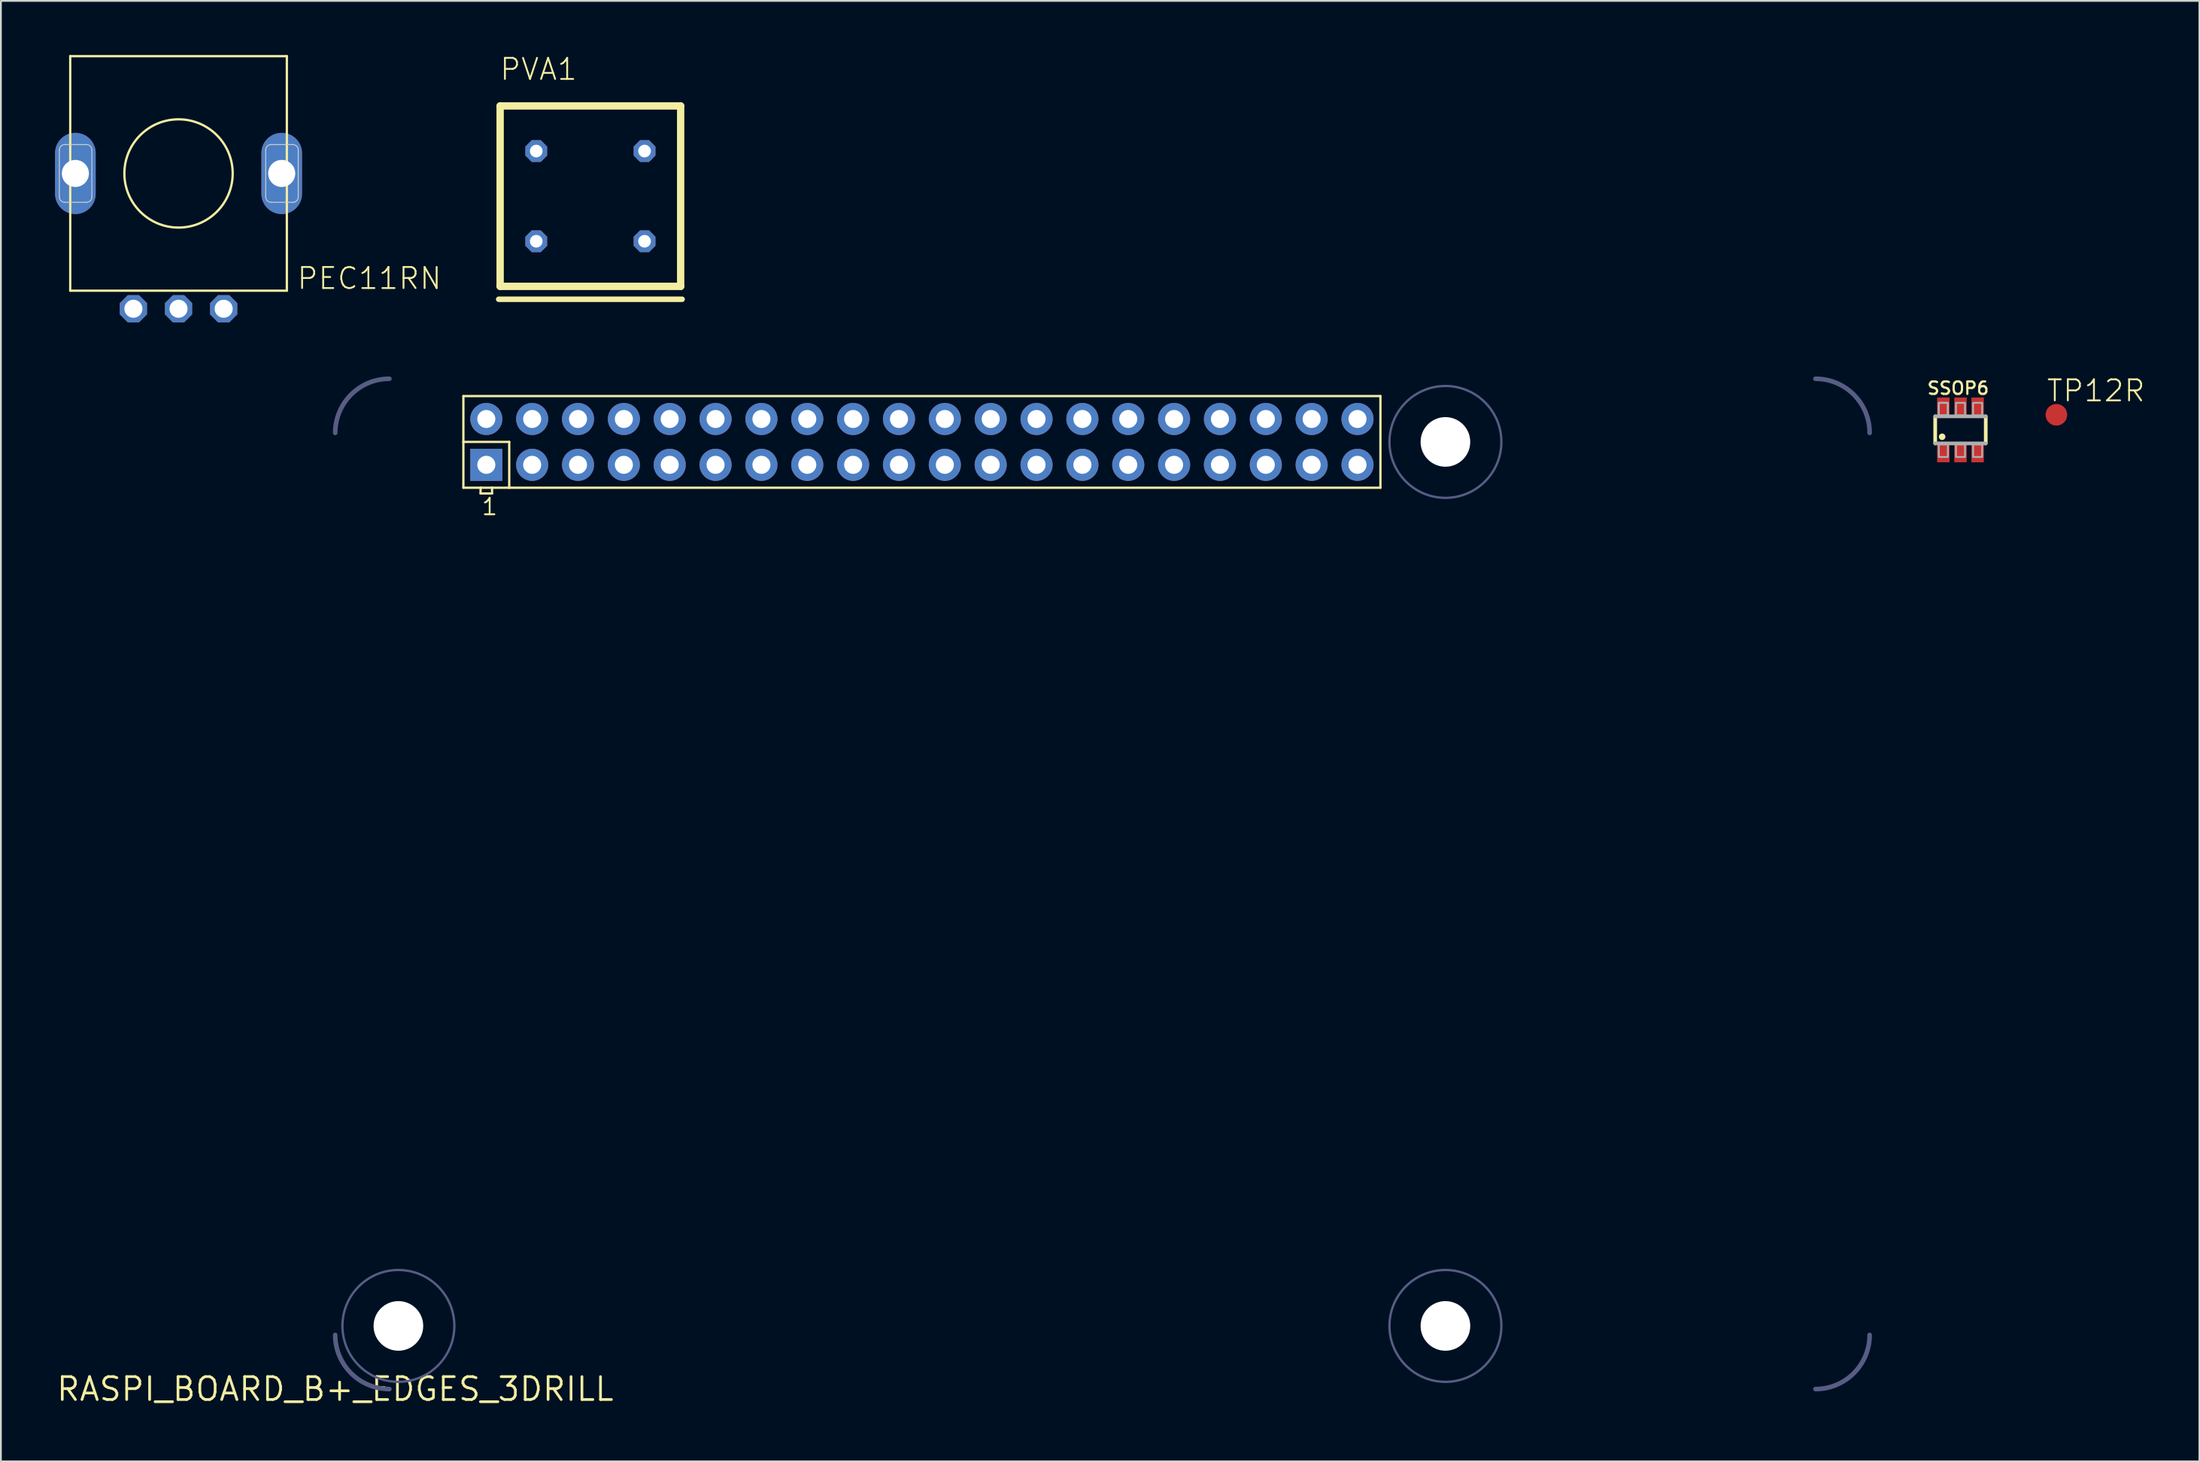
<source format=kicad_pcb>
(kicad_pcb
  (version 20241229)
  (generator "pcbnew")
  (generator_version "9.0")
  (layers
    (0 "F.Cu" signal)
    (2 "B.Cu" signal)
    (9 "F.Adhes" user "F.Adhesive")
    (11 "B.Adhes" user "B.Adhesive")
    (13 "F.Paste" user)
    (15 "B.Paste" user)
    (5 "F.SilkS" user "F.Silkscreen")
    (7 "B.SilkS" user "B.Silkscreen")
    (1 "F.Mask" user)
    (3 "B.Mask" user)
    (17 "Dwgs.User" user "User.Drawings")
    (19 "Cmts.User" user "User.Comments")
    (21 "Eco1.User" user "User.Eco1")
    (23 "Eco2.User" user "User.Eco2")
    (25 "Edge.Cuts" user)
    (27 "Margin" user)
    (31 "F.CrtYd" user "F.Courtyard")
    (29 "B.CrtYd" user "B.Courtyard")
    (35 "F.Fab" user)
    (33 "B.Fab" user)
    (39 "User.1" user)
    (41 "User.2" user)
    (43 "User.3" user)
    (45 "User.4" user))
  (footprint "PEC11RN"
    (layer "F.Cu")
    (at 6.84 6.564)
    (property "Reference" "PEC11RN" (at 6.5 6.5 0) (layer "F.SilkS") (effects (font (size 1.168 1.168) (thickness 0.102)) (justify left bottom)))
    (fp_line (start -6 -6.5) (end -6 6.5) (stroke (width 0.127) (type solid)) (layer "F.SilkS"))
    (fp_line (start -6 6.5) (end 6 6.5) (stroke (width 0.127) (type solid)) (layer "F.SilkS"))
    (fp_line (start 6 -6.5) (end -6 -6.5) (stroke (width 0.127) (type solid)) (layer "F.SilkS"))
    (fp_line (start 6 6.5) (end 6 -6.5) (stroke (width 0.127) (type solid)) (layer "F.SilkS"))
    (fp_circle (center 0 0) (end 3 0) (stroke (width 0.127) (type solid)) (fill no) (layer "F.SilkS"))
    (fp_line (start -6.6 1.3) (end -6.6 -1.3) (stroke (width 0.05) (type solid)) (layer "Edge.Cuts"))
    (fp_line (start -6.3 -1.6) (end -5.1 -1.6) (stroke (width 0.05) (type solid)) (layer "Edge.Cuts"))
    (fp_line (start -5.1 1.6) (end -6.3 1.6) (stroke (width 0.05) (type solid)) (layer "Edge.Cuts"))
    (fp_line (start -4.8 -1.3) (end -4.8 1.3) (stroke (width 0.05) (type solid)) (layer "Edge.Cuts"))
    (fp_line (start 4.83 1.3) (end 4.83 -1.3) (stroke (width 0.05) (type solid)) (layer "Edge.Cuts"))
    (fp_line (start 5.13 -1.6) (end 6.33 -1.6) (stroke (width 0.05) (type solid)) (layer "Edge.Cuts"))
    (fp_line (start 6.33 1.6) (end 5.13 1.6) (stroke (width 0.05) (type solid)) (layer "Edge.Cuts"))
    (fp_line (start 6.63 -1.3) (end 6.63 1.3) (stroke (width 0.05) (type solid)) (layer "Edge.Cuts"))
    (fp_arc (start -6.6 -1.3) (mid -6.512132 -1.512132) (end -6.3 -1.6) (stroke (width 0.05) (type solid)) (layer "Edge.Cuts"))
    (fp_arc (start -6.3 1.6) (mid -6.512132 1.512132) (end -6.6 1.3) (stroke (width 0.05) (type solid)) (layer "Edge.Cuts"))
    (fp_arc (start -5.1 -1.6) (mid -4.887868 -1.512132) (end -4.8 -1.3) (stroke (width 0.05) (type solid)) (layer "Edge.Cuts"))
    (fp_arc (start -4.8 1.3) (mid -4.887868 1.512132) (end -5.1 1.6) (stroke (width 0.05) (type solid)) (layer "Edge.Cuts"))
    (fp_arc (start 4.83 -1.3) (mid 4.917868 -1.512132) (end 5.13 -1.6) (stroke (width 0.05) (type solid)) (layer "Edge.Cuts"))
    (fp_arc (start 5.13 1.6) (mid 4.917868 1.512132) (end 4.83 1.3) (stroke (width 0.05) (type solid)) (layer "Edge.Cuts"))
    (fp_arc (start 6.33 -1.6) (mid 6.542132 -1.512132) (end 6.63 -1.3) (stroke (width 0.05) (type solid)) (layer "Edge.Cuts"))
    (fp_arc (start 6.63 1.3) (mid 6.542132 1.512132) (end 6.33 1.6) (stroke (width 0.05) (type solid)) (layer "Edge.Cuts"))
    (pad "A" thru_hole roundrect (at -2.5 7.5) (size 1.508 1.508) (drill 1) (layers "*.Cu" "*.Mask") (roundrect_rratio 0.25) (chamfer_ratio 0.293) (chamfer top_left top_right bottom_left bottom_right))
    (pad "B" thru_hole roundrect (at 2.5 7.5) (size 1.508 1.508) (drill 1) (layers "*.Cu" "*.Mask") (roundrect_rratio 0.25) (chamfer_ratio 0.293) (chamfer top_left top_right bottom_left bottom_right))
    (pad "GND" thru_hole roundrect (at 0 7.5) (size 1.508 1.508) (drill 1) (layers "*.Cu" "*.Mask") (roundrect_rratio 0.25) (chamfer_ratio 0.293) (chamfer top_left top_right bottom_left bottom_right))
    (pad "P$1" thru_hole oval (at -5.715 0 90) (size 4.5 2.25) (drill 1.5) (layers "*.Cu" "*.Mask"))
    (pad "P$2" thru_hole oval (at 5.715 0 90) (size 4.5 2.25) (drill 1.5) (layers "*.Cu" "*.Mask")))
  (footprint "TP12R"
    (layer "F.Cu")
    (at 110.863 19.941)
    (property "Reference" "TP12R" (at -0.6 -0.65 0) (layer "F.SilkS") (effects (font (size 1.168 1.168) (thickness 0.102)) (justify left bottom)))
    (pad "TP" smd roundrect (at 0 0) (size 1.2 1.2) (layers "F.Cu" "F.Mask") (roundrect_rratio 0.5)))
  (footprint "RASPI_BOARD_B+_EDGES_3DRILL"
    (layer "F.Cu")
    (at 15.519 73.945)
    (property "Reference" "RASPI_BOARD_B+_EDGES_3DRILL" (at 0 0 0) (layer "F.SilkS") (effects (font (size 1.27 1.27) (thickness 0.15))))
    (fp_line (start 7.1 -55.04) (end 7.1 -52.5) (stroke (width 0.127) (type solid)) (layer "F.SilkS"))
    (fp_line (start 7.1 -52.5) (end 7.1 -49.96) (stroke (width 0.127) (type solid)) (layer "F.SilkS"))
    (fp_line (start 7.1 -52.5) (end 9.64 -52.5) (stroke (width 0.127) (type solid)) (layer "F.SilkS"))
    (fp_line (start 7.1 -49.96) (end 8.053 -49.96) (stroke (width 0.127) (type solid)) (layer "F.SilkS"))
    (fp_line (start 8.053 -49.96) (end 8.053 -49.642) (stroke (width 0.127) (type solid)) (layer "F.SilkS"))
    (fp_line (start 8.053 -49.96) (end 8.688 -49.96) (stroke (width 0.127) (type solid)) (layer "F.SilkS"))
    (fp_line (start 8.053 -49.642) (end 8.688 -49.642) (stroke (width 0.127) (type solid)) (layer "F.SilkS"))
    (fp_line (start 8.688 -49.96) (end 9.64 -49.96) (stroke (width 0.127) (type solid)) (layer "F.SilkS"))
    (fp_line (start 8.688 -49.642) (end 8.688 -49.96) (stroke (width 0.127) (type solid)) (layer "F.SilkS"))
    (fp_line (start 9.64 -52.5) (end 9.64 -49.96) (stroke (width 0.127) (type solid)) (layer "F.SilkS"))
    (fp_line (start 9.64 -49.96) (end 57.9 -49.96) (stroke (width 0.127) (type solid)) (layer "F.SilkS"))
    (fp_line (start 57.9 -55.04) (end 7.1 -55.04) (stroke (width 0.127) (type solid)) (layer "F.SilkS"))
    (fp_line (start 57.9 -49.96) (end 57.9 -55.04) (stroke (width 0.127) (type solid)) (layer "F.SilkS"))
    (fp_arc (start 0 -53) (mid 0.87868 -55.12132) (end 3 -56) (stroke (width 0.254) (type solid)) (layer "B.Fab"))
    (fp_arc (start 3 0) (mid 0.87868 -0.87868) (end 0 -3) (stroke (width 0.254) (type solid)) (layer "B.Fab"))
    (fp_arc (start 82 -56) (mid 84.12132 -55.12132) (end 85 -53) (stroke (width 0.254) (type solid)) (layer "B.Fab"))
    (fp_arc (start 85 -3) (mid 84.12132 -0.87868) (end 82 0) (stroke (width 0.254) (type solid)) (layer "B.Fab"))
    (fp_circle (center 3.5 -3.5) (end 6.6 -3.5) (stroke (width 0.127) (type solid)) (fill no) (layer "B.Fab"))
    (fp_circle (center 61.5 -52.5) (end 64.6 -52.5) (stroke (width 0.127) (type solid)) (fill no) (layer "B.Fab"))
    (fp_circle (center 61.5 -3.5) (end 64.6 -3.5) (stroke (width 0.127) (type solid)) (fill no) (layer "B.Fab"))
    (fp_text user "1" (at 8.053 -48.373 0) (layer "F.SilkS") (effects (font (size 0.914 0.914) (thickness 0.102)) (justify left bottom)))
    (pad "" np_thru_hole circle (at 3.5 -3.5) (size 2.75 2.75) (drill 2.75) (layers "*.Cu" "*.Mask"))
    (pad "" np_thru_hole circle (at 61.5 -52.5) (size 2.75 2.75) (drill 2.75) (layers "*.Cu" "*.Mask"))
    (pad "" np_thru_hole circle (at 61.5 -3.5) (size 2.75 2.75) (drill 2.75) (layers "*.Cu" "*.Mask"))
    (pad "1" thru_hole rect (at 8.37 -51.23) (size 1.778 1.778) (drill 1) (layers "*.Cu" "*.Mask"))
    (pad "2" thru_hole circle (at 8.37 -53.77) (size 1.778 1.778) (drill 1) (layers "*.Cu" "*.Mask"))
    (pad "3" thru_hole circle (at 10.91 -51.23) (size 1.778 1.778) (drill 1) (layers "*.Cu" "*.Mask"))
    (pad "4" thru_hole circle (at 10.91 -53.77) (size 1.778 1.778) (drill 1) (layers "*.Cu" "*.Mask"))
    (pad "5" thru_hole circle (at 13.45 -51.23) (size 1.778 1.778) (drill 1) (layers "*.Cu" "*.Mask"))
    (pad "6" thru_hole circle (at 13.45 -53.77) (size 1.778 1.778) (drill 1) (layers "*.Cu" "*.Mask"))
    (pad "7" thru_hole circle (at 15.99 -51.23) (size 1.778 1.778) (drill 1) (layers "*.Cu" "*.Mask"))
    (pad "8" thru_hole circle (at 15.99 -53.77) (size 1.778 1.778) (drill 1) (layers "*.Cu" "*.Mask"))
    (pad "9" thru_hole circle (at 18.53 -51.23) (size 1.778 1.778) (drill 1) (layers "*.Cu" "*.Mask"))
    (pad "10" thru_hole circle (at 18.53 -53.77) (size 1.778 1.778) (drill 1) (layers "*.Cu" "*.Mask"))
    (pad "11" thru_hole circle (at 21.07 -51.23) (size 1.778 1.778) (drill 1) (layers "*.Cu" "*.Mask"))
    (pad "12" thru_hole circle (at 21.07 -53.77) (size 1.778 1.778) (drill 1) (layers "*.Cu" "*.Mask"))
    (pad "13" thru_hole circle (at 23.61 -51.23) (size 1.778 1.778) (drill 1) (layers "*.Cu" "*.Mask"))
    (pad "14" thru_hole circle (at 23.61 -53.77) (size 1.778 1.778) (drill 1) (layers "*.Cu" "*.Mask"))
    (pad "15" thru_hole circle (at 26.15 -51.23) (size 1.778 1.778) (drill 1) (layers "*.Cu" "*.Mask"))
    (pad "16" thru_hole circle (at 26.15 -53.77) (size 1.778 1.778) (drill 1) (layers "*.Cu" "*.Mask"))
    (pad "17" thru_hole circle (at 28.69 -51.23) (size 1.778 1.778) (drill 1) (layers "*.Cu" "*.Mask"))
    (pad "18" thru_hole circle (at 28.69 -53.77) (size 1.778 1.778) (drill 1) (layers "*.Cu" "*.Mask"))
    (pad "19" thru_hole circle (at 31.23 -51.23) (size 1.778 1.778) (drill 1) (layers "*.Cu" "*.Mask"))
    (pad "20" thru_hole circle (at 31.23 -53.77) (size 1.778 1.778) (drill 1) (layers "*.Cu" "*.Mask"))
    (pad "21" thru_hole circle (at 33.77 -51.23) (size 1.778 1.778) (drill 1) (layers "*.Cu" "*.Mask"))
    (pad "22" thru_hole circle (at 33.77 -53.77) (size 1.778 1.778) (drill 1) (layers "*.Cu" "*.Mask"))
    (pad "23" thru_hole circle (at 36.31 -51.23) (size 1.778 1.778) (drill 1) (layers "*.Cu" "*.Mask"))
    (pad "24" thru_hole circle (at 36.31 -53.77) (size 1.778 1.778) (drill 1) (layers "*.Cu" "*.Mask"))
    (pad "25" thru_hole circle (at 38.85 -51.23) (size 1.778 1.778) (drill 1) (layers "*.Cu" "*.Mask"))
    (pad "26" thru_hole circle (at 38.85 -53.77) (size 1.778 1.778) (drill 1) (layers "*.Cu" "*.Mask"))
    (pad "27" thru_hole circle (at 41.39 -51.23) (size 1.778 1.778) (drill 1) (layers "*.Cu" "*.Mask"))
    (pad "28" thru_hole circle (at 41.39 -53.77) (size 1.778 1.778) (drill 1) (layers "*.Cu" "*.Mask"))
    (pad "29" thru_hole circle (at 43.93 -51.23) (size 1.778 1.778) (drill 1) (layers "*.Cu" "*.Mask"))
    (pad "30" thru_hole circle (at 43.93 -53.77) (size 1.778 1.778) (drill 1) (layers "*.Cu" "*.Mask"))
    (pad "31" thru_hole circle (at 46.47 -51.23) (size 1.778 1.778) (drill 1) (layers "*.Cu" "*.Mask"))
    (pad "32" thru_hole circle (at 46.47 -53.77) (size 1.778 1.778) (drill 1) (layers "*.Cu" "*.Mask"))
    (pad "33" thru_hole circle (at 49.01 -51.23) (size 1.778 1.778) (drill 1) (layers "*.Cu" "*.Mask"))
    (pad "34" thru_hole circle (at 49.01 -53.77) (size 1.778 1.778) (drill 1) (layers "*.Cu" "*.Mask"))
    (pad "35" thru_hole circle (at 51.55 -51.23) (size 1.778 1.778) (drill 1) (layers "*.Cu" "*.Mask"))
    (pad "36" thru_hole circle (at 51.55 -53.77) (size 1.778 1.778) (drill 1) (layers "*.Cu" "*.Mask"))
    (pad "37" thru_hole circle (at 54.09 -51.23) (size 1.778 1.778) (drill 1) (layers "*.Cu" "*.Mask"))
    (pad "38" thru_hole circle (at 54.09 -53.77) (size 1.778 1.778) (drill 1) (layers "*.Cu" "*.Mask"))
    (pad "39" thru_hole circle (at 56.63 -51.23) (size 1.778 1.778) (drill 1) (layers "*.Cu" "*.Mask"))
    (pad "40" thru_hole circle (at 56.63 -53.77) (size 1.778 1.778) (drill 1) (layers "*.Cu" "*.Mask")))
  (footprint "SSOP6"
    (layer "F.Cu")
    (at 105.551 20.779)
    (property "Reference" "SSOP6" (at -1.905 -1.905 0) (layer "F.SilkS") (effects (font (size 0.691 0.691) (thickness 0.122)) (justify left bottom)))
    (fp_line (start -1.4 0.75) (end -1.4 -0.75) (stroke (width 0.203) (type solid)) (layer "F.SilkS"))
    (fp_line (start 1.4 -0.75) (end 1.4 0.75) (stroke (width 0.203) (type solid)) (layer "F.SilkS"))
    (fp_circle (center -1.016 0.381) (end -0.926 0.381) (stroke (width 0.18) (type solid)) (fill yes) (layer "F.SilkS"))
    (fp_line (start -1.4 -0.75) (end 1.4 -0.75) (stroke (width 0.203) (type solid)) (layer "F.Fab"))
    (fp_line (start 1.4 0.75) (end -1.4 0.75) (stroke (width 0.203) (type solid)) (layer "F.Fab"))
    (fp_poly (pts (xy -1.2 1.5) (xy -0.7 1.5) (xy -0.7 0.8) (xy -1.2 0.8)) (stroke (width 0.1) (type solid)) (fill no) (layer "F.Fab"))
    (fp_poly (pts (xy -0.7 -1.5) (xy -1.2 -1.5) (xy -1.2 -0.8) (xy -0.7 -0.8)) (stroke (width 0.1) (type solid)) (fill no) (layer "F.Fab"))
    (fp_poly (pts (xy -0.7 -1.5) (xy -1.2 -1.5) (xy -1.2 -0.8) (xy -0.7 -0.8)) (stroke (width 0.1) (type solid)) (fill no) (layer "F.Fab"))
    (fp_poly (pts (xy -0.25 1.5) (xy 0.25 1.5) (xy 0.25 0.8) (xy -0.25 0.8)) (stroke (width 0.1) (type solid)) (fill no) (layer "F.Fab"))
    (fp_poly (pts (xy 0.25 -1.5) (xy -0.25 -1.5) (xy -0.25 -0.8) (xy 0.25 -0.8)) (stroke (width 0.1) (type solid)) (fill no) (layer "F.Fab"))
    (fp_poly (pts (xy 0.7 1.5) (xy 1.2 1.5) (xy 1.2 0.8) (xy 0.7 0.8)) (stroke (width 0.1) (type solid)) (fill no) (layer "F.Fab"))
    (fp_poly (pts (xy 1.2 -1.5) (xy 0.7 -1.5) (xy 0.7 -0.8) (xy 1.2 -0.8)) (stroke (width 0.1) (type solid)) (fill no) (layer "F.Fab"))
    (pad "1" smd rect (at -0.95 1.3) (size 0.69 0.99) (layers "F.Cu" "F.Mask" "F.Paste"))
    (pad "2" smd rect (at 0 1.3) (size 0.69 0.99) (layers "F.Cu" "F.Mask" "F.Paste"))
    (pad "3" smd rect (at 0.95 1.3) (size 0.69 0.99) (layers "F.Cu" "F.Mask" "F.Paste"))
    (pad "4" smd rect (at 0.95 -1.3 180) (size 0.69 0.99) (layers "F.Cu" "F.Mask" "F.Paste"))
    (pad "5" smd rect (at 0 -1.3 180) (size 0.69 0.99) (layers "F.Cu" "F.Mask" "F.Paste"))
    (pad "6" smd rect (at -0.95 -1.3) (size 0.69 0.99) (layers "F.Cu" "F.Mask" "F.Paste")))
  (footprint "PVA1"
    (layer "F.Cu")
    (at 29.655 7.823)
    (property "Reference" "PVA1" (at -5.08 -6.35 0) (layer "F.SilkS") (effects (font (size 1.168 1.168) (thickness 0.102)) (justify left bottom)))
    (fp_line (start -5.08 5.715) (end 5.08 5.715) (stroke (width 0.305) (type solid)) (layer "F.SilkS"))
    (fp_line (start -5 -5) (end 5 -5) (stroke (width 0.406) (type solid)) (layer "F.SilkS"))
    (fp_line (start -5 5) (end -5 -5) (stroke (width 0.406) (type solid)) (layer "F.SilkS"))
    (fp_line (start 5 -5) (end 5 5) (stroke (width 0.406) (type solid)) (layer "F.SilkS"))
    (fp_line (start 5 5) (end -5 5) (stroke (width 0.406) (type solid)) (layer "F.SilkS"))
    (pad "1" thru_hole roundrect (at -3 2.5) (size 1.208 1.208) (drill 0.7) (layers "*.Cu" "*.Mask") (roundrect_rratio 0.25) (chamfer_ratio 0.293) (chamfer top_left top_right bottom_left bottom_right))
    (pad "2" thru_hole roundrect (at -3 -2.5) (size 1.208 1.208) (drill 0.7) (layers "*.Cu" "*.Mask") (roundrect_rratio 0.25) (chamfer_ratio 0.293) (chamfer top_left top_right bottom_left bottom_right))
    (pad "3" thru_hole roundrect (at 3 -2.5) (size 1.208 1.208) (drill 0.7) (layers "*.Cu" "*.Mask") (roundrect_rratio 0.25) (chamfer_ratio 0.293) (chamfer top_left top_right bottom_left bottom_right))
    (pad "4" thru_hole roundrect (at 3 2.5) (size 1.208 1.208) (drill 0.7) (layers "*.Cu" "*.Mask") (roundrect_rratio 0.25) (chamfer_ratio 0.293) (chamfer top_left top_right bottom_left bottom_right)))
  (gr_rect
    (start -3 -3)
    (end 118.786 77.951)
    (stroke (width 0.1) (type default))
    (fill no)
    (layer "Edge.Cuts")))
</source>
